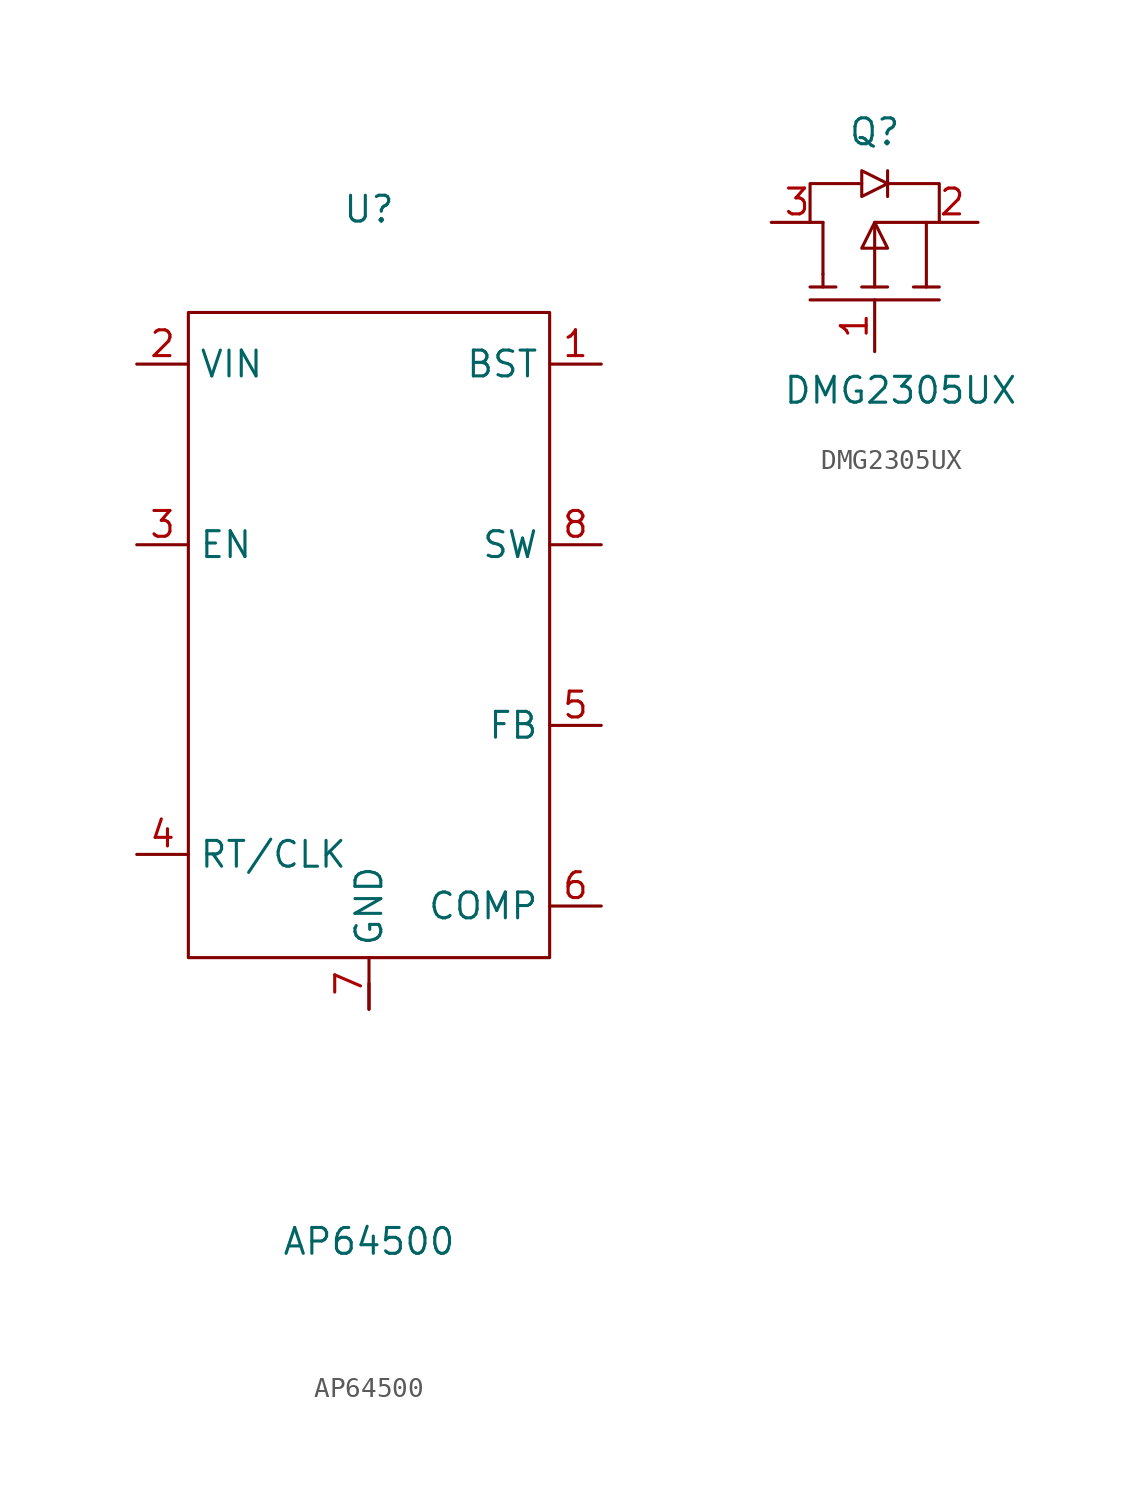
<source format=kicad_sym>
(kicad_symbol_lib
  (version 20211014)
  (generator kicad_symbol_editor)
  (symbol "AP64500"
    (property "Reference" "U"
      (at 0 29.21 0)
      (effects (font (size 1.27 1.27))))
    (property "Value" "AP64500"
      (at 0 -21.59 0)
      (effects (font (size 1.27 1.27))))
    (symbol "AP64500_0_1"
      (rectangle (start -8.89 24.13) (end 8.89 -7.62) (stroke (width 0) (type default) (color 0 0 0 0)) (fill (type none)))
      (rectangle (start 0 -10.16) (end 0 -8.89) (stroke (width 0) (type default) (color 0 0 0 0)) (fill (type none))))
    (symbol "AP64500_1_1"
      (pin input line (at 11.43 21.59 180) (length 2.54) (name "BST" (effects (font (size 1.27 1.27)))) (number "1" (effects (font (size 1.27 1.27)))))
      (pin input line (at -11.43 21.59 0) (length 2.54) (name "VIN" (effects (font (size 1.27 1.27)))) (number "2" (effects (font (size 1.27 1.27)))))
      (pin input line (at -11.43 12.7 0) (length 2.54) (name "EN" (effects (font (size 1.27 1.27)))) (number "3" (effects (font (size 1.27 1.27)))))
      (pin input line (at -11.43 -2.54 0) (length 2.54) (name "RT/CLK" (effects (font (size 1.27 1.27)))) (number "4" (effects (font (size 1.27 1.27)))))
      (pin input line (at 11.43 3.81 180) (length 2.54) (name "FB" (effects (font (size 1.27 1.27)))) (number "5" (effects (font (size 1.27 1.27)))))
      (pin input line (at 11.43 -5.08 180) (length 2.54) (name "COMP" (effects (font (size 1.27 1.27)))) (number "6" (effects (font (size 1.27 1.27)))))
      (pin input line (at 0 -10.16 90) (length 2.54) (name "GND" (effects (font (size 1.27 1.27)))) (number "7" (effects (font (size 1.27 1.27)))))
      (pin input line (at 11.43 12.7 180) (length 2.54) (name "SW" (effects (font (size 1.27 1.27)))) (number "8" (effects (font (size 1.27 1.27)))))))
  (symbol "DMG2305UX"
    (property "Reference" "Q"
      (at 0 6.35 0)
      (effects (font (size 1.27 1.27))))
    (property "Value" "DMG2305UX"
      (at 1.27 -6.35 0)
      (effects (font (size 1.27 1.27))))
    (symbol "DMG2305UX_0_1"
      (polyline (pts (xy -3.175 -1.905) (xy 3.175 -1.905)) (stroke (width 0) (type default) (color 0 0 0 0)) (fill (type none)))
      (polyline (pts (xy -3.175 -1.27) (xy -1.905 -1.27)) (stroke (width 0) (type default) (color 0 0 0 0)) (fill (type none)))
      (polyline (pts (xy -2.54 -0.635) (xy -2.54 -1.27)) (stroke (width 0) (type default) (color 0 0 0 0)) (fill (type none)))
      (polyline (pts (xy -2.54 1.905) (xy -2.54 -0.635)) (stroke (width 0) (type default) (color 0 0 0 0)) (fill (type none)))
      (polyline (pts (xy 0.635 3.175) (xy 0.635 4.445)) (stroke (width 0) (type default) (color 0 0 0 0)) (fill (type none)))
      (polyline (pts (xy 1.905 -1.27) (xy 3.175 -1.27)) (stroke (width 0) (type default) (color 0 0 0 0)) (fill (type none)))
      (polyline (pts (xy 2.54 1.905) (xy 2.54 -1.27)) (stroke (width 0) (type default) (color 0 0 0 0)) (fill (type none)))
      (polyline (pts (xy -3.175 1.905) (xy -3.175 3.81) (xy -0.635 3.81)) (stroke (width 0) (type default) (color 0 0 0 0)) (fill (type none)))
      (polyline (pts (xy -0.635 -1.27) (xy 0.635 -1.27) (xy -0.635 -1.27)) (stroke (width 0) (type default) (color 0 0 0 0)) (fill (type none)))
      (polyline (pts (xy 0 -1.27) (xy 0 1.905) (xy 2.54 1.905)) (stroke (width 0) (type default) (color 0 0 0 0)) (fill (type none)))
      (polyline (pts (xy 0.635 3.81) (xy 3.175 3.81) (xy 3.175 1.905)) (stroke (width 0) (type default) (color 0 0 0 0)) (fill (type none)))
      (polyline (pts (xy -0.635 3.175) (xy -0.635 4.445) (xy 0.635 3.81) (xy -0.635 3.175)) (stroke (width 0) (type default) (color 0 0 0 0)) (fill (type none)))
      (polyline (pts (xy 0 1.905) (xy -0.635 0.635) (xy 0.635 0.635) (xy 0 1.905)) (stroke (width 0) (type default) (color 0 0 0 0)) (fill (type none))))
    (symbol "DMG2305UX_1_1"
      (pin input line (at 0 -4.445 90) (length 2.54) (name "" (effects (font (size 1.27 1.27)))) (number "1" (effects (font (size 1.27 1.27)))))
      (pin input line (at 5.08 1.905 180) (length 2.54) (name "" (effects (font (size 1.27 1.27)))) (number "2" (effects (font (size 1.27 1.27)))))
      (pin input line (at -5.08 1.905 0) (length 2.54) (name "" (effects (font (size 1.27 1.27)))) (number "3" (effects (font (size 1.27 1.27))))))))
</source>
